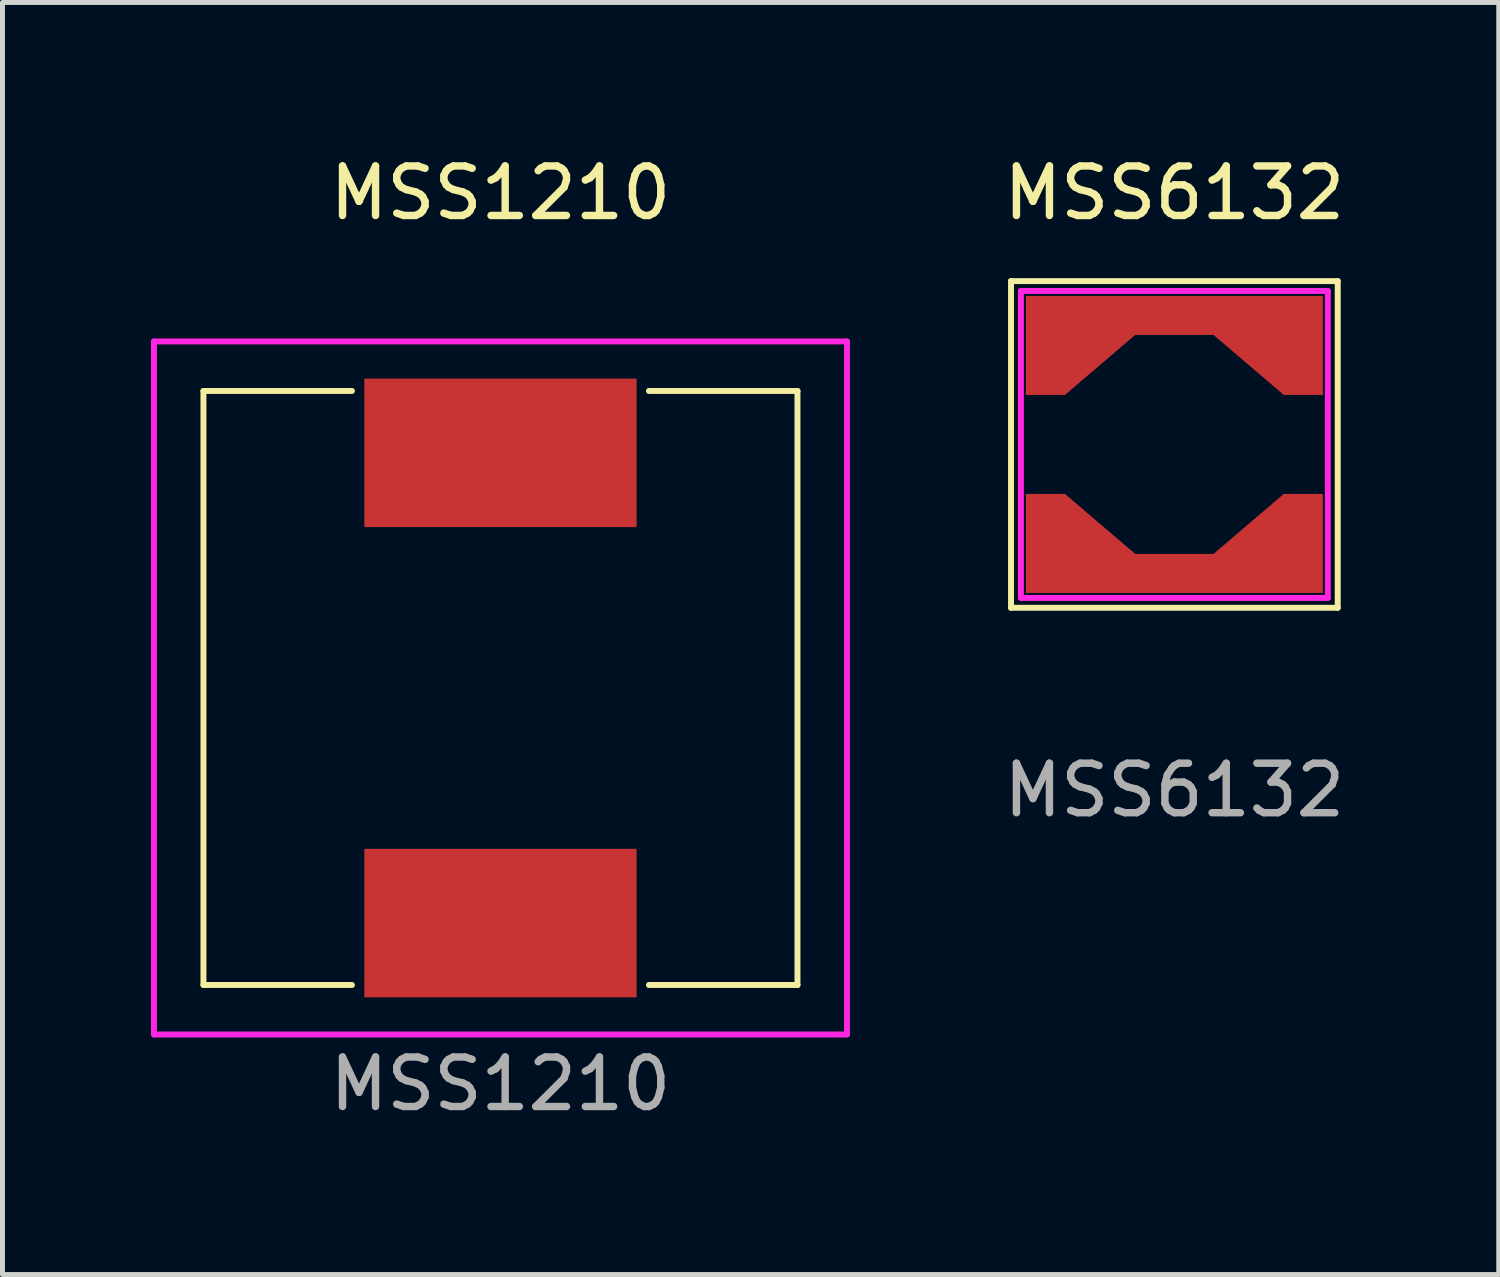
<source format=kicad_pcb>
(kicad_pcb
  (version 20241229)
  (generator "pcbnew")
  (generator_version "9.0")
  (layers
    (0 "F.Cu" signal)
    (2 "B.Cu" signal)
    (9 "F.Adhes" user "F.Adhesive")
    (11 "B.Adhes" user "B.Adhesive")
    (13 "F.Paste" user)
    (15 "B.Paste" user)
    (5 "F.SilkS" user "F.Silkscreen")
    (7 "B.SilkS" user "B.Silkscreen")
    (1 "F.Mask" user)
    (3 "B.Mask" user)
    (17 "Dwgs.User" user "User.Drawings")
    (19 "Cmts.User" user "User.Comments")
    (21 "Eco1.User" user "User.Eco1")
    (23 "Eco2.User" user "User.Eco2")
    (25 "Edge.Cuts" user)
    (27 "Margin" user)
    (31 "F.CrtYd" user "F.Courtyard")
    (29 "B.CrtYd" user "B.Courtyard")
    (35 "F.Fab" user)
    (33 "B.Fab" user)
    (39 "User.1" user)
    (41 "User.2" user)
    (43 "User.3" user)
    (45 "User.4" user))
  (footprint "MSS6132"
    (layer "F.Cu")
    (at 20.674 5.928)
    (property "Reference" "MSS6132" (at 0 -5.08 0) (unlocked yes) (layer "F.SilkS") (effects (font (size 1 1) (thickness 0.15))))
    (attr through_hole)
    (fp_line (start -3.3 -3.3) (end 3.3 -3.3) (stroke (width 0.12) (type solid)) (layer "F.SilkS"))
    (fp_line (start -3.3 3.3) (end -3.3 -3.3) (stroke (width 0.12) (type solid)) (layer "F.SilkS"))
    (fp_line (start 3.3 -3.3) (end 3.3 3.3) (stroke (width 0.12) (type solid)) (layer "F.SilkS"))
    (fp_line (start 3.3 3.3) (end -3.3 3.3) (stroke (width 0.12) (type solid)) (layer "F.SilkS"))
    (fp_line (start -3.1 3.1) (end -3.1 -3.1) (stroke (width 0.12) (type solid)) (layer "F.CrtYd"))
    (fp_line (start -3.1 3.1) (end 3.1 3.1) (stroke (width 0.12) (type solid)) (layer "F.CrtYd"))
    (fp_line (start 3.1 -3.1) (end -3.1 -3.1) (stroke (width 0.12) (type solid)) (layer "F.CrtYd"))
    (fp_line (start 3.1 -3.1) (end 3.1 3.1) (stroke (width 0.12) (type solid)) (layer "F.CrtYd"))
    (fp_line (start -3.1 -3.1) (end -3.1 3.1) (stroke (width 0.08) (type solid)) (layer "F.Fab"))
    (fp_line (start -3.1 3.1) (end 3.1 3.1) (stroke (width 0.08) (type solid)) (layer "F.Fab"))
    (fp_line (start 3.1 -3.1) (end -3.1 -3.1) (stroke (width 0.08) (type solid)) (layer "F.Fab"))
    (fp_line (start 3.1 3.1) (end 3.1 -3.1) (stroke (width 0.08) (type solid)) (layer "F.Fab"))
    (fp_text user "${REFERENCE}" (at 0 6.985 0) (unlocked yes) (layer "F.Fab") (effects (font (size 1 1) (thickness 0.15))))
    (pad "1" smd custom (at 0 -2.712) (size 6 0.575) (layers "F.Cu" "F.Mask" "F.Paste") (options (anchor rect)) (primitives (gr_poly (pts (xy 3 -0.287) (xy -3 -0.287) (xy -3 1.712) (xy -2.21 1.712) (xy -0.79 0.5) (xy 0.79 0.5) (xy 2.21 1.712) (xy 3 1.712)) (width 0) (fill yes))))
    (pad "2" smd custom (at 0 2.712 180) (size 6 0.575) (layers "F.Cu" "F.Mask" "F.Paste") (options (anchor rect)) (primitives (gr_poly (pts (xy 3 -0.287) (xy -3 -0.287) (xy -3 1.712) (xy -2.21 1.712) (xy -0.79 0.5) (xy 0.79 0.5) (xy 2.21 1.712) (xy 3 1.712)) (width 0) (fill yes)))))
  (footprint "MSS1210"
    (layer "F.Cu")
    (at 7.06 10.848)
    (property "Reference" "MSS1210" (at 0 -10 0) (unlocked yes) (layer "F.SilkS") (effects (font (size 1 1) (thickness 0.15))))
    (attr through_hole)
    (fp_line (start -6 -6) (end -6 6) (stroke (width 0.12) (type solid)) (layer "F.SilkS"))
    (fp_line (start -6 -6) (end -3 -6) (stroke (width 0.12) (type solid)) (layer "F.SilkS"))
    (fp_line (start -6 6) (end -3 6) (stroke (width 0.12) (type solid)) (layer "F.SilkS"))
    (fp_line (start 3 -6) (end 6 -6) (stroke (width 0.12) (type solid)) (layer "F.SilkS"))
    (fp_line (start 3 6) (end 6 6) (stroke (width 0.12) (type solid)) (layer "F.SilkS"))
    (fp_line (start 6 -6) (end 6 6) (stroke (width 0.12) (type solid)) (layer "F.SilkS"))
    (fp_line (start -7 -7) (end 7 -7) (stroke (width 0.12) (type solid)) (layer "F.CrtYd"))
    (fp_line (start -7 7) (end -7 -7) (stroke (width 0.12) (type solid)) (layer "F.CrtYd"))
    (fp_line (start -7 7) (end 7 7) (stroke (width 0.12) (type solid)) (layer "F.CrtYd"))
    (fp_line (start 7 7) (end 7 -7) (stroke (width 0.12) (type solid)) (layer "F.CrtYd"))
    (fp_text user "${REFERENCE}" (at 0 8 0) (unlocked yes) (layer "F.Fab") (effects (font (size 1 1) (thickness 0.15))))
    (pad "1" smd rect (at 0 -4.75) (size 5.5 3) (layers "F.Cu" "F.Mask" "F.Paste"))
    (pad "2" smd rect (at 0 4.75) (size 5.5 3) (layers "F.Cu" "F.Mask" "F.Paste")))
  (gr_rect
    (start -3 -3)
    (end 27.227 22.697)
    (stroke (width 0.1) (type default))
    (fill no)
    (layer "Edge.Cuts")))
</source>
